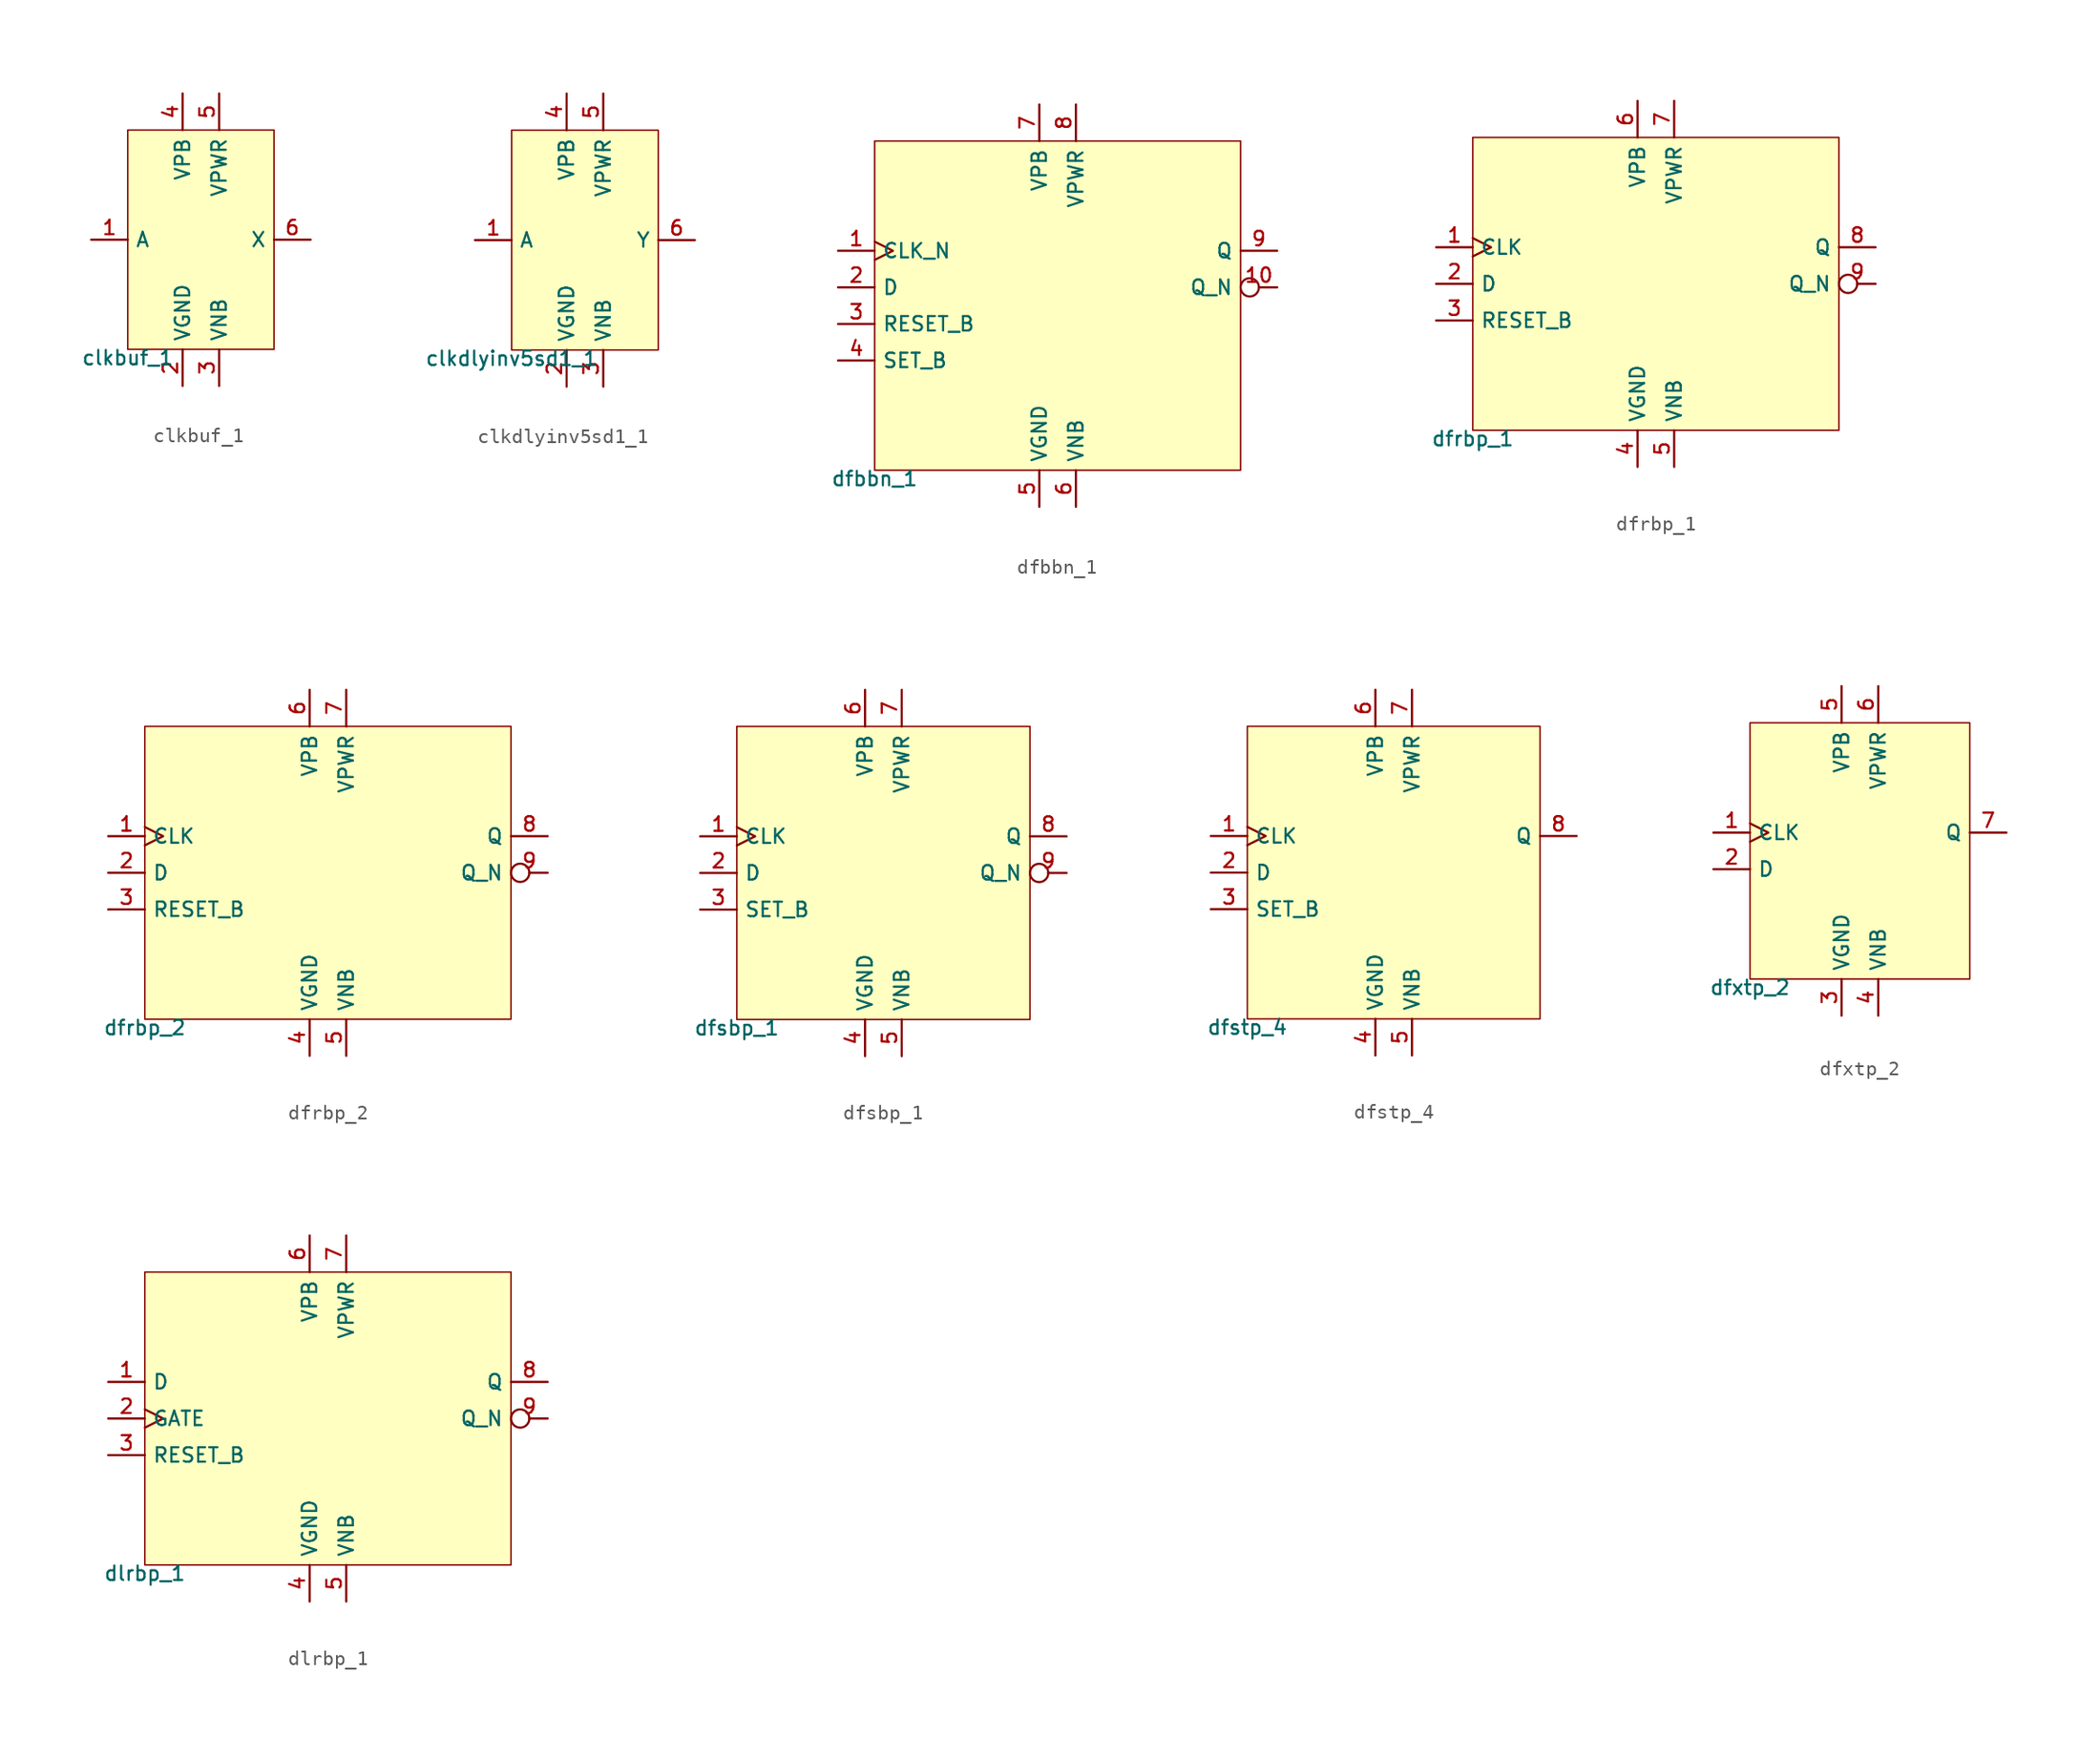
<source format=kicad_sym>
(kicad_symbol_lib
  (version 20211014)
  (generator pdk2kicad)
  (symbol "clkbuf_1"
    (property "Reference" "X"
      (at 0 0 0)
      (effects (font (size 1 1)) hide))
    (property "Value" "clkbuf_1"
      (at -5.08 -7.62 0)
      (effects (font (size 1 1)) (justify top)))
    (rectangle
      (start -5.08 -7.62)
      (end 5.08 7.62)
      (stroke (width 0.1) (type solid) (color 0 0 0 0))
      (fill (type background)))
    (pin input line
      (at -7.62 0.0 0)
      (length 2.54)
      (name "A" (effects (font (size 1 1)) hide))
      (number "1" (effects (font (size 1 1)) hide)))
    (pin power_in line
      (at -1.27 -10.16 90)
      (length 2.54)
      (name "VGND" (effects (font (size 1 1)) hide))
      (number "2" (effects (font (size 1 1)) hide)))
    (pin power_in line
      (at 1.27 -10.16 90)
      (length 2.54)
      (name "VNB" (effects (font (size 1 1)) hide))
      (number "3" (effects (font (size 1 1)) hide)))
    (pin power_in line
      (at -1.27 10.16 270)
      (length 2.54)
      (name "VPB" (effects (font (size 1 1)) hide))
      (number "4" (effects (font (size 1 1)) hide)))
    (pin power_in line
      (at 1.27 10.16 270)
      (length 2.54)
      (name "VPWR" (effects (font (size 1 1)) hide))
      (number "5" (effects (font (size 1 1)) hide)))
    (pin output line
      (at 7.62 0.0 180)
      (length 2.54)
      (name "X" (effects (font (size 1 1)) hide))
      (number "6" (effects (font (size 1 1)) hide))))
  (symbol "clkdlyinv5sd1_1"
    (property "Reference" "X"
      (at 0 0 0)
      (effects (font (size 1 1)) hide))
    (property "Value" "clkdlyinv5sd1_1"
      (at -5.08 -7.62 0)
      (effects (font (size 1 1)) (justify top)))
    (rectangle
      (start -5.08 -7.62)
      (end 5.08 7.62)
      (stroke (width 0.1) (type solid) (color 0 0 0 0))
      (fill (type background)))
    (pin input line
      (at -7.62 0.0 0)
      (length 2.54)
      (name "A" (effects (font (size 1 1)) hide))
      (number "1" (effects (font (size 1 1)) hide)))
    (pin power_in line
      (at -1.27 -10.16 90)
      (length 2.54)
      (name "VGND" (effects (font (size 1 1)) hide))
      (number "2" (effects (font (size 1 1)) hide)))
    (pin power_in line
      (at 1.27 -10.16 90)
      (length 2.54)
      (name "VNB" (effects (font (size 1 1)) hide))
      (number "3" (effects (font (size 1 1)) hide)))
    (pin power_in line
      (at -1.27 10.16 270)
      (length 2.54)
      (name "VPB" (effects (font (size 1 1)) hide))
      (number "4" (effects (font (size 1 1)) hide)))
    (pin power_in line
      (at 1.27 10.16 270)
      (length 2.54)
      (name "VPWR" (effects (font (size 1 1)) hide))
      (number "5" (effects (font (size 1 1)) hide)))
    (pin output line
      (at 7.62 0.0 180)
      (length 2.54)
      (name "Y" (effects (font (size 1 1)) hide))
      (number "6" (effects (font (size 1 1)) hide))))
  (symbol "dfbbn_1"
    (property "Reference" "X"
      (at 0 0 0)
      (effects (font (size 1 1)) hide))
    (property "Value" "dfbbn_1"
      (at -12.7 -11.43 0)
      (effects (font (size 1 1)) (justify top)))
    (rectangle
      (start -12.7 -11.43)
      (end 12.7 11.43)
      (stroke (width 0.1) (type solid) (color 0 0 0 0))
      (fill (type background)))
    (pin input clock
      (at -15.24 3.81 0)
      (length 2.54)
      (name "CLK_N" (effects (font (size 1 1)) hide))
      (number "1" (effects (font (size 1 1)) hide)))
    (pin input line
      (at -15.24 1.27 0)
      (length 2.54)
      (name "D" (effects (font (size 1 1)) hide))
      (number "2" (effects (font (size 1 1)) hide)))
    (pin input line
      (at -15.24 -1.27 0)
      (length 2.54)
      (name "RESET_B" (effects (font (size 1 1)) hide))
      (number "3" (effects (font (size 1 1)) hide)))
    (pin input line
      (at -15.24 -3.81 0)
      (length 2.54)
      (name "SET_B" (effects (font (size 1 1)) hide))
      (number "4" (effects (font (size 1 1)) hide)))
    (pin power_in line
      (at -1.27 -13.97 90)
      (length 2.54)
      (name "VGND" (effects (font (size 1 1)) hide))
      (number "5" (effects (font (size 1 1)) hide)))
    (pin power_in line
      (at 1.27 -13.97 90)
      (length 2.54)
      (name "VNB" (effects (font (size 1 1)) hide))
      (number "6" (effects (font (size 1 1)) hide)))
    (pin power_in line
      (at -1.27 13.97 270)
      (length 2.54)
      (name "VPB" (effects (font (size 1 1)) hide))
      (number "7" (effects (font (size 1 1)) hide)))
    (pin power_in line
      (at 1.27 13.97 270)
      (length 2.54)
      (name "VPWR" (effects (font (size 1 1)) hide))
      (number "8" (effects (font (size 1 1)) hide)))
    (pin output line
      (at 15.24 3.81 180)
      (length 2.54)
      (name "Q" (effects (font (size 1 1)) hide))
      (number "9" (effects (font (size 1 1)) hide)))
    (pin output inverted
      (at 15.24 1.27 180)
      (length 2.54)
      (name "Q_N" (effects (font (size 1 1)) hide))
      (number "10" (effects (font (size 1 1)) hide))))
  (symbol "dfrbp_1"
    (property "Reference" "X"
      (at 0 0 0)
      (effects (font (size 1 1)) hide))
    (property "Value" "dfrbp_1"
      (at -12.7 -10.16 0)
      (effects (font (size 1 1)) (justify top)))
    (rectangle
      (start -12.7 -10.16)
      (end 12.7 10.16)
      (stroke (width 0.1) (type solid) (color 0 0 0 0))
      (fill (type background)))
    (pin input clock
      (at -15.24 2.54 0)
      (length 2.54)
      (name "CLK" (effects (font (size 1 1)) hide))
      (number "1" (effects (font (size 1 1)) hide)))
    (pin input line
      (at -15.24 0.0 0)
      (length 2.54)
      (name "D" (effects (font (size 1 1)) hide))
      (number "2" (effects (font (size 1 1)) hide)))
    (pin input line
      (at -15.24 -2.54 0)
      (length 2.54)
      (name "RESET_B" (effects (font (size 1 1)) hide))
      (number "3" (effects (font (size 1 1)) hide)))
    (pin power_in line
      (at -1.27 -12.7 90)
      (length 2.54)
      (name "VGND" (effects (font (size 1 1)) hide))
      (number "4" (effects (font (size 1 1)) hide)))
    (pin power_in line
      (at 1.27 -12.7 90)
      (length 2.54)
      (name "VNB" (effects (font (size 1 1)) hide))
      (number "5" (effects (font (size 1 1)) hide)))
    (pin power_in line
      (at -1.27 12.7 270)
      (length 2.54)
      (name "VPB" (effects (font (size 1 1)) hide))
      (number "6" (effects (font (size 1 1)) hide)))
    (pin power_in line
      (at 1.27 12.7 270)
      (length 2.54)
      (name "VPWR" (effects (font (size 1 1)) hide))
      (number "7" (effects (font (size 1 1)) hide)))
    (pin output line
      (at 15.24 2.54 180)
      (length 2.54)
      (name "Q" (effects (font (size 1 1)) hide))
      (number "8" (effects (font (size 1 1)) hide)))
    (pin output inverted
      (at 15.24 0.0 180)
      (length 2.54)
      (name "Q_N" (effects (font (size 1 1)) hide))
      (number "9" (effects (font (size 1 1)) hide))))
  (symbol "dfrbp_2"
    (property "Reference" "X"
      (at 0 0 0)
      (effects (font (size 1 1)) hide))
    (property "Value" "dfrbp_2"
      (at -12.7 -10.16 0)
      (effects (font (size 1 1)) (justify top)))
    (rectangle
      (start -12.7 -10.16)
      (end 12.7 10.16)
      (stroke (width 0.1) (type solid) (color 0 0 0 0))
      (fill (type background)))
    (pin input clock
      (at -15.24 2.54 0)
      (length 2.54)
      (name "CLK" (effects (font (size 1 1)) hide))
      (number "1" (effects (font (size 1 1)) hide)))
    (pin input line
      (at -15.24 0.0 0)
      (length 2.54)
      (name "D" (effects (font (size 1 1)) hide))
      (number "2" (effects (font (size 1 1)) hide)))
    (pin input line
      (at -15.24 -2.54 0)
      (length 2.54)
      (name "RESET_B" (effects (font (size 1 1)) hide))
      (number "3" (effects (font (size 1 1)) hide)))
    (pin power_in line
      (at -1.27 -12.7 90)
      (length 2.54)
      (name "VGND" (effects (font (size 1 1)) hide))
      (number "4" (effects (font (size 1 1)) hide)))
    (pin power_in line
      (at 1.27 -12.7 90)
      (length 2.54)
      (name "VNB" (effects (font (size 1 1)) hide))
      (number "5" (effects (font (size 1 1)) hide)))
    (pin power_in line
      (at -1.27 12.7 270)
      (length 2.54)
      (name "VPB" (effects (font (size 1 1)) hide))
      (number "6" (effects (font (size 1 1)) hide)))
    (pin power_in line
      (at 1.27 12.7 270)
      (length 2.54)
      (name "VPWR" (effects (font (size 1 1)) hide))
      (number "7" (effects (font (size 1 1)) hide)))
    (pin output line
      (at 15.24 2.54 180)
      (length 2.54)
      (name "Q" (effects (font (size 1 1)) hide))
      (number "8" (effects (font (size 1 1)) hide)))
    (pin output inverted
      (at 15.24 0.0 180)
      (length 2.54)
      (name "Q_N" (effects (font (size 1 1)) hide))
      (number "9" (effects (font (size 1 1)) hide))))
  (symbol "dfsbp_1"
    (property "Reference" "X"
      (at 0 0 0)
      (effects (font (size 1 1)) hide))
    (property "Value" "dfsbp_1"
      (at -10.16 -10.16 0)
      (effects (font (size 1 1)) (justify top)))
    (rectangle
      (start -10.16 -10.16)
      (end 10.16 10.16)
      (stroke (width 0.1) (type solid) (color 0 0 0 0))
      (fill (type background)))
    (pin input clock
      (at -12.7 2.54 0)
      (length 2.54)
      (name "CLK" (effects (font (size 1 1)) hide))
      (number "1" (effects (font (size 1 1)) hide)))
    (pin input line
      (at -12.7 0.0 0)
      (length 2.54)
      (name "D" (effects (font (size 1 1)) hide))
      (number "2" (effects (font (size 1 1)) hide)))
    (pin input line
      (at -12.7 -2.54 0)
      (length 2.54)
      (name "SET_B" (effects (font (size 1 1)) hide))
      (number "3" (effects (font (size 1 1)) hide)))
    (pin power_in line
      (at -1.27 -12.7 90)
      (length 2.54)
      (name "VGND" (effects (font (size 1 1)) hide))
      (number "4" (effects (font (size 1 1)) hide)))
    (pin power_in line
      (at 1.27 -12.7 90)
      (length 2.54)
      (name "VNB" (effects (font (size 1 1)) hide))
      (number "5" (effects (font (size 1 1)) hide)))
    (pin power_in line
      (at -1.27 12.7 270)
      (length 2.54)
      (name "VPB" (effects (font (size 1 1)) hide))
      (number "6" (effects (font (size 1 1)) hide)))
    (pin power_in line
      (at 1.27 12.7 270)
      (length 2.54)
      (name "VPWR" (effects (font (size 1 1)) hide))
      (number "7" (effects (font (size 1 1)) hide)))
    (pin output line
      (at 12.7 2.54 180)
      (length 2.54)
      (name "Q" (effects (font (size 1 1)) hide))
      (number "8" (effects (font (size 1 1)) hide)))
    (pin output inverted
      (at 12.7 0.0 180)
      (length 2.54)
      (name "Q_N" (effects (font (size 1 1)) hide))
      (number "9" (effects (font (size 1 1)) hide))))
  (symbol "dfstp_4"
    (property "Reference" "X"
      (at 0 0 0)
      (effects (font (size 1 1)) hide))
    (property "Value" "dfstp_4"
      (at -10.16 -10.16 0)
      (effects (font (size 1 1)) (justify top)))
    (rectangle
      (start -10.16 -10.16)
      (end 10.16 10.16)
      (stroke (width 0.1) (type solid) (color 0 0 0 0))
      (fill (type background)))
    (pin input clock
      (at -12.7 2.54 0)
      (length 2.54)
      (name "CLK" (effects (font (size 1 1)) hide))
      (number "1" (effects (font (size 1 1)) hide)))
    (pin input line
      (at -12.7 0.0 0)
      (length 2.54)
      (name "D" (effects (font (size 1 1)) hide))
      (number "2" (effects (font (size 1 1)) hide)))
    (pin input line
      (at -12.7 -2.54 0)
      (length 2.54)
      (name "SET_B" (effects (font (size 1 1)) hide))
      (number "3" (effects (font (size 1 1)) hide)))
    (pin power_in line
      (at -1.27 -12.7 90)
      (length 2.54)
      (name "VGND" (effects (font (size 1 1)) hide))
      (number "4" (effects (font (size 1 1)) hide)))
    (pin power_in line
      (at 1.27 -12.7 90)
      (length 2.54)
      (name "VNB" (effects (font (size 1 1)) hide))
      (number "5" (effects (font (size 1 1)) hide)))
    (pin power_in line
      (at -1.27 12.7 270)
      (length 2.54)
      (name "VPB" (effects (font (size 1 1)) hide))
      (number "6" (effects (font (size 1 1)) hide)))
    (pin power_in line
      (at 1.27 12.7 270)
      (length 2.54)
      (name "VPWR" (effects (font (size 1 1)) hide))
      (number "7" (effects (font (size 1 1)) hide)))
    (pin output line
      (at 12.7 2.54 180)
      (length 2.54)
      (name "Q" (effects (font (size 1 1)) hide))
      (number "8" (effects (font (size 1 1)) hide))))
  (symbol "dfxtp_2"
    (property "Reference" "X"
      (at 0 0 0)
      (effects (font (size 1 1)) hide))
    (property "Value" "dfxtp_2"
      (at -7.62 -8.89 0)
      (effects (font (size 1 1)) (justify top)))
    (rectangle
      (start -7.62 -8.89)
      (end 7.62 8.89)
      (stroke (width 0.1) (type solid) (color 0 0 0 0))
      (fill (type background)))
    (pin input clock
      (at -10.16 1.27 0)
      (length 2.54)
      (name "CLK" (effects (font (size 1 1)) hide))
      (number "1" (effects (font (size 1 1)) hide)))
    (pin input line
      (at -10.16 -1.27 0)
      (length 2.54)
      (name "D" (effects (font (size 1 1)) hide))
      (number "2" (effects (font (size 1 1)) hide)))
    (pin power_in line
      (at -1.27 -11.43 90)
      (length 2.54)
      (name "VGND" (effects (font (size 1 1)) hide))
      (number "3" (effects (font (size 1 1)) hide)))
    (pin power_in line
      (at 1.27 -11.43 90)
      (length 2.54)
      (name "VNB" (effects (font (size 1 1)) hide))
      (number "4" (effects (font (size 1 1)) hide)))
    (pin power_in line
      (at -1.27 11.43 270)
      (length 2.54)
      (name "VPB" (effects (font (size 1 1)) hide))
      (number "5" (effects (font (size 1 1)) hide)))
    (pin power_in line
      (at 1.27 11.43 270)
      (length 2.54)
      (name "VPWR" (effects (font (size 1 1)) hide))
      (number "6" (effects (font (size 1 1)) hide)))
    (pin output line
      (at 10.16 1.27 180)
      (length 2.54)
      (name "Q" (effects (font (size 1 1)) hide))
      (number "7" (effects (font (size 1 1)) hide))))
  (symbol "dlrbp_1"
    (property "Reference" "X"
      (at 0 0 0)
      (effects (font (size 1 1)) hide))
    (property "Value" "dlrbp_1"
      (at -12.7 -10.16 0)
      (effects (font (size 1 1)) (justify top)))
    (rectangle
      (start -12.7 -10.16)
      (end 12.7 10.16)
      (stroke (width 0.1) (type solid) (color 0 0 0 0))
      (fill (type background)))
    (pin input line
      (at -15.24 2.54 0)
      (length 2.54)
      (name "D" (effects (font (size 1 1)) hide))
      (number "1" (effects (font (size 1 1)) hide)))
    (pin input clock
      (at -15.24 0.0 0)
      (length 2.54)
      (name "GATE" (effects (font (size 1 1)) hide))
      (number "2" (effects (font (size 1 1)) hide)))
    (pin input line
      (at -15.24 -2.54 0)
      (length 2.54)
      (name "RESET_B" (effects (font (size 1 1)) hide))
      (number "3" (effects (font (size 1 1)) hide)))
    (pin power_in line
      (at -1.27 -12.7 90)
      (length 2.54)
      (name "VGND" (effects (font (size 1 1)) hide))
      (number "4" (effects (font (size 1 1)) hide)))
    (pin power_in line
      (at 1.27 -12.7 90)
      (length 2.54)
      (name "VNB" (effects (font (size 1 1)) hide))
      (number "5" (effects (font (size 1 1)) hide)))
    (pin power_in line
      (at -1.27 12.7 270)
      (length 2.54)
      (name "VPB" (effects (font (size 1 1)) hide))
      (number "6" (effects (font (size 1 1)) hide)))
    (pin power_in line
      (at 1.27 12.7 270)
      (length 2.54)
      (name "VPWR" (effects (font (size 1 1)) hide))
      (number "7" (effects (font (size 1 1)) hide)))
    (pin output line
      (at 15.24 2.54 180)
      (length 2.54)
      (name "Q" (effects (font (size 1 1)) hide))
      (number "8" (effects (font (size 1 1)) hide)))
    (pin output inverted
      (at 15.24 0.0 180)
      (length 2.54)
      (name "Q_N" (effects (font (size 1 1)) hide))
      (number "9" (effects (font (size 1 1)) hide)))))
</source>
